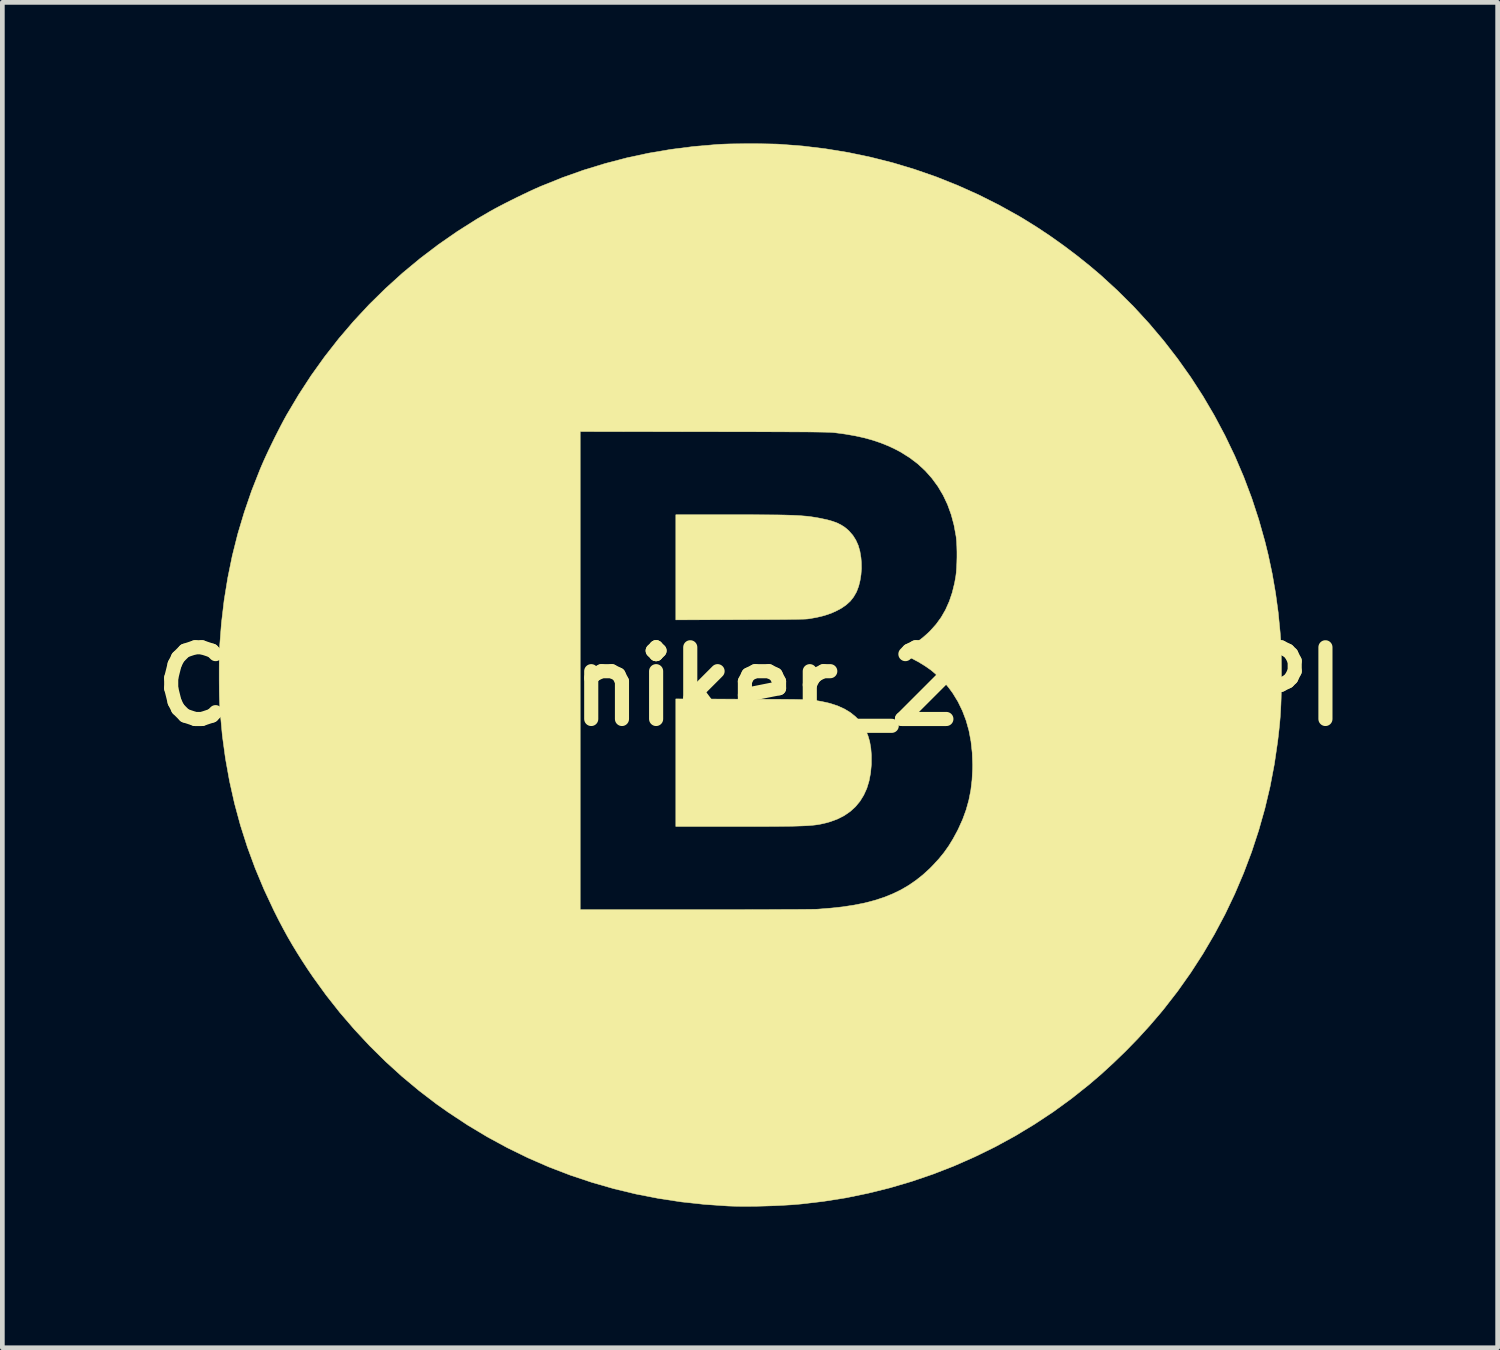
<source format=kicad_pcb>
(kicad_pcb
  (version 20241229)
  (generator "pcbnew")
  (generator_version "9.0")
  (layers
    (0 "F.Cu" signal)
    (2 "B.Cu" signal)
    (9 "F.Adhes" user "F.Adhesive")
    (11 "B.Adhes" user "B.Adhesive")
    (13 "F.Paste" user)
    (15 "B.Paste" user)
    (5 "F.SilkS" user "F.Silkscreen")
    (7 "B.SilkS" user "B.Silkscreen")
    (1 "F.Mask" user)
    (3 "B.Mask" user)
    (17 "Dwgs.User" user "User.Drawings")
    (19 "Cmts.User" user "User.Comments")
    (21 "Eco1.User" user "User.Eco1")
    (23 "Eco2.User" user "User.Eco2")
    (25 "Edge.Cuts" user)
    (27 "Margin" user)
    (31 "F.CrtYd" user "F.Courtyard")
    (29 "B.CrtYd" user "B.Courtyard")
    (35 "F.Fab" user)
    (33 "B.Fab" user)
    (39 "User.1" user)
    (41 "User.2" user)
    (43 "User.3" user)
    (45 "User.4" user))
  (footprint "CBP_Moniker_2400DPI"
    (layer "F.Cu")
    (at 12.889 11.54)
    (property "Reference" "CBP_Moniker_2400DPI" (at 0 0 0) (layer "F.SilkS") (effects (font (size 1.524 1.524) (thickness 0.3))))
    (attr through_hole)
    (fp_poly (pts (xy -0.415 -3.651) (xy -0.201 -3.651) (xy -0.007 -3.651) (xy 0.169 -3.65) (xy 0.328 -3.649) (xy 0.471 -3.648) (xy 0.599 -3.647) (xy 0.714 -3.645) (xy 0.817 -3.642) (xy 0.91 -3.639) (xy 0.994 -3.635) (xy 1.069 -3.631) (xy 1.138 -3.625) (xy 1.202 -3.62) (xy 1.262 -3.613) (xy 1.32 -3.605) (xy 1.376 -3.596) (xy 1.432 -3.587) (xy 1.49 -3.576) (xy 1.514 -3.571) (xy 1.644 -3.543) (xy 1.757 -3.511) (xy 1.854 -3.475) (xy 1.939 -3.432) (xy 2.015 -3.383) (xy 2.084 -3.325) (xy 2.107 -3.303) (xy 2.186 -3.212) (xy 2.249 -3.112) (xy 2.299 -3.001) (xy 2.335 -2.877) (xy 2.358 -2.737) (xy 2.366 -2.635) (xy 2.368 -2.506) (xy 2.358 -2.376) (xy 2.338 -2.25) (xy 2.309 -2.133) (xy 2.27 -2.029) (xy 2.26 -2.006) (xy 2.201 -1.904) (xy 2.13 -1.814) (xy 2.043 -1.735) (xy 1.94 -1.664) (xy 1.847 -1.614) (xy 1.747 -1.568) (xy 1.645 -1.53) (xy 1.537 -1.498) (xy 1.418 -1.47) (xy 1.284 -1.446) (xy 1.233 -1.438) (xy 1.212 -1.436) (xy 1.178 -1.434) (xy 1.13 -1.432) (xy 1.068 -1.431) (xy 0.99 -1.429) (xy 0.896 -1.428) (xy 0.785 -1.426) (xy 0.657 -1.425) (xy 0.512 -1.424) (xy 0.347 -1.423) (xy 0.163 -1.422) (xy -0.04 -1.422) (xy -0.214 -1.421) (xy -1.577 -1.417) (xy -1.577 -3.651) (xy -0.415 -3.651)) (stroke (width 0.01) (type solid)) (fill yes) (layer "F.SilkS"))
    (fp_poly (pts (xy -0.188 0.268) (xy 0.017 0.268) (xy 0.201 0.269) (xy 0.367 0.27) (xy 0.516 0.27) (xy 0.648 0.271) (xy 0.765 0.272) (xy 0.869 0.273) (xy 0.959 0.274) (xy 1.039 0.276) (xy 1.109 0.278) (xy 1.169 0.28) (xy 1.222 0.282) (xy 1.269 0.285) (xy 1.31 0.288) (xy 1.348 0.292) (xy 1.383 0.296) (xy 1.416 0.3) (xy 1.449 0.305) (xy 1.483 0.311) (xy 1.519 0.317) (xy 1.698 0.357) (xy 1.86 0.41) (xy 2.006 0.476) (xy 2.136 0.555) (xy 2.249 0.647) (xy 2.346 0.753) (xy 2.39 0.814) (xy 2.456 0.925) (xy 2.506 1.043) (xy 2.543 1.169) (xy 2.567 1.308) (xy 2.579 1.455) (xy 2.579 1.652) (xy 2.562 1.836) (xy 2.53 2.006) (xy 2.482 2.164) (xy 2.417 2.307) (xy 2.337 2.437) (xy 2.242 2.552) (xy 2.13 2.654) (xy 2.004 2.741) (xy 1.862 2.814) (xy 1.705 2.872) (xy 1.625 2.895) (xy 1.581 2.905) (xy 1.539 2.915) (xy 1.497 2.924) (xy 1.453 2.932) (xy 1.406 2.939) (xy 1.356 2.945) (xy 1.3 2.95) (xy 1.239 2.955) (xy 1.17 2.959) (xy 1.092 2.962) (xy 1.004 2.965) (xy 0.906 2.968) (xy 0.795 2.969) (xy 0.671 2.971) (xy 0.532 2.972) (xy 0.377 2.973) (xy 0.206 2.973) (xy 0.016 2.974) (xy -0.194 2.974) (xy -0.294 2.974) (xy -1.577 2.974) (xy -1.577 0.263) (xy -0.188 0.268)) (stroke (width 0.01) (type solid)) (fill yes) (layer "F.SilkS"))
    (fp_poly (pts (xy 0.145 -11.535) (xy 0.265 -11.534) (xy 0.378 -11.532) (xy 0.479 -11.53) (xy 0.566 -11.528) (xy 0.625 -11.525) (xy 1.118 -11.487) (xy 1.606 -11.428) (xy 2.089 -11.349) (xy 2.566 -11.249) (xy 3.037 -11.13) (xy 3.501 -10.99) (xy 3.959 -10.831) (xy 4.41 -10.651) (xy 4.854 -10.452) (xy 5.29 -10.233) (xy 5.718 -9.995) (xy 5.81 -9.94) (xy 6.093 -9.764) (xy 6.38 -9.573) (xy 6.667 -9.369) (xy 6.948 -9.157) (xy 7.219 -8.94) (xy 7.447 -8.747) (xy 7.806 -8.418) (xy 8.15 -8.076) (xy 8.478 -7.719) (xy 8.79 -7.35) (xy 9.085 -6.969) (xy 9.364 -6.576) (xy 9.626 -6.171) (xy 9.869 -5.757) (xy 10.095 -5.332) (xy 10.303 -4.898) (xy 10.492 -4.455) (xy 10.662 -4.004) (xy 10.812 -3.545) (xy 10.943 -3.08) (xy 11.012 -2.799) (xy 11.098 -2.393) (xy 11.168 -1.988) (xy 11.224 -1.578) (xy 11.265 -1.158) (xy 11.282 -0.926) (xy 11.284 -0.88) (xy 11.286 -0.816) (xy 11.288 -0.737) (xy 11.289 -0.645) (xy 11.291 -0.545) (xy 11.292 -0.439) (xy 11.292 -0.33) (xy 11.292 -0.249) (xy 11.292 -0.068) (xy 11.29 0.096) (xy 11.287 0.246) (xy 11.282 0.385) (xy 11.275 0.518) (xy 11.267 0.648) (xy 11.256 0.779) (xy 11.242 0.915) (xy 11.226 1.058) (xy 11.212 1.175) (xy 11.142 1.652) (xy 11.052 2.125) (xy 10.941 2.593) (xy 10.81 3.056) (xy 10.66 3.513) (xy 10.49 3.963) (xy 10.302 4.405) (xy 10.095 4.839) (xy 9.869 5.264) (xy 9.626 5.678) (xy 9.365 6.082) (xy 9.087 6.475) (xy 8.792 6.855) (xy 8.711 6.953) (xy 8.484 7.217) (xy 8.241 7.483) (xy 7.986 7.745) (xy 7.723 7.999) (xy 7.458 8.242) (xy 7.207 8.457) (xy 6.83 8.757) (xy 6.441 9.04) (xy 6.04 9.305) (xy 5.629 9.553) (xy 5.207 9.783) (xy 4.776 9.994) (xy 4.336 10.188) (xy 3.889 10.362) (xy 3.434 10.517) (xy 2.973 10.653) (xy 2.506 10.769) (xy 2.035 10.866) (xy 1.559 10.941) (xy 1.08 10.997) (xy 1.032 11.001) (xy 0.874 11.014) (xy 0.702 11.024) (xy 0.522 11.033) (xy 0.338 11.039) (xy 0.154 11.044) (xy -0.026 11.046) (xy -0.197 11.046) (xy -0.355 11.043) (xy -0.468 11.039) (xy -0.966 11.005) (xy -1.457 10.952) (xy -1.943 10.878) (xy -2.422 10.785) (xy -2.895 10.671) (xy -3.361 10.537) (xy -3.819 10.384) (xy -4.271 10.211) (xy -4.714 10.018) (xy -5.15 9.805) (xy -5.578 9.573) (xy -5.997 9.322) (xy -6.408 9.051) (xy -6.665 8.87) (xy -7.036 8.586) (xy -7.397 8.285) (xy -7.747 7.967) (xy -8.085 7.633) (xy -8.409 7.285) (xy -8.719 6.925) (xy -9.012 6.553) (xy -9.288 6.171) (xy -9.403 6.002) (xy -9.521 5.821) (xy -9.628 5.651) (xy -9.728 5.486) (xy -9.824 5.321) (xy -9.917 5.151) (xy -10.011 4.973) (xy -10.108 4.78) (xy -10.122 4.752) (xy -10.127 4.741) (xy -3.609 4.741) (xy -1.172 4.741) (xy -0.891 4.741) (xy -0.622 4.741) (xy -0.368 4.741) (xy -0.128 4.741) (xy 0.098 4.74) (xy 0.308 4.74) (xy 0.502 4.739) (xy 0.679 4.738) (xy 0.84 4.738) (xy 0.983 4.737) (xy 1.108 4.736) (xy 1.214 4.735) (xy 1.302 4.734) (xy 1.369 4.733) (xy 1.417 4.732) (xy 1.439 4.731) (xy 1.716 4.709) (xy 1.974 4.681) (xy 2.214 4.644) (xy 2.439 4.599) (xy 2.649 4.544) (xy 2.846 4.48) (xy 3.03 4.406) (xy 3.204 4.322) (xy 3.369 4.226) (xy 3.525 4.119) (xy 3.675 4) (xy 3.82 3.868) (xy 3.889 3.797) (xy 4.012 3.664) (xy 4.122 3.529) (xy 4.222 3.388) (xy 4.314 3.238) (xy 4.404 3.072) (xy 4.429 3.022) (xy 4.52 2.82) (xy 4.593 2.619) (xy 4.65 2.415) (xy 4.692 2.204) (xy 4.718 1.984) (xy 4.73 1.753) (xy 4.731 1.662) (xy 4.722 1.409) (xy 4.696 1.168) (xy 4.653 0.939) (xy 4.592 0.722) (xy 4.514 0.516) (xy 4.419 0.321) (xy 4.306 0.136) (xy 4.217 0.016) (xy 4.169 -0.042) (xy 4.108 -0.107) (xy 4.04 -0.176) (xy 3.968 -0.244) (xy 3.899 -0.305) (xy 3.837 -0.356) (xy 3.834 -0.358) (xy 3.716 -0.44) (xy 3.584 -0.521) (xy 3.444 -0.595) (xy 3.305 -0.66) (xy 3.262 -0.677) (xy 3.224 -0.693) (xy 3.194 -0.706) (xy 3.177 -0.714) (xy 3.175 -0.715) (xy 3.184 -0.721) (xy 3.207 -0.735) (xy 3.241 -0.755) (xy 3.273 -0.773) (xy 3.422 -0.861) (xy 3.553 -0.949) (xy 3.671 -1.039) (xy 3.78 -1.135) (xy 3.831 -1.185) (xy 3.955 -1.323) (xy 4.063 -1.472) (xy 4.156 -1.634) (xy 4.234 -1.809) (xy 4.298 -1.998) (xy 4.348 -2.202) (xy 4.373 -2.342) (xy 4.383 -2.424) (xy 4.39 -2.522) (xy 4.395 -2.632) (xy 4.398 -2.747) (xy 4.398 -2.863) (xy 4.395 -2.975) (xy 4.39 -3.078) (xy 4.382 -3.167) (xy 4.378 -3.196) (xy 4.335 -3.431) (xy 4.275 -3.655) (xy 4.198 -3.867) (xy 4.104 -4.066) (xy 3.993 -4.253) (xy 3.866 -4.426) (xy 3.723 -4.587) (xy 3.564 -4.734) (xy 3.389 -4.866) (xy 3.199 -4.985) (xy 3.101 -5.037) (xy 2.941 -5.113) (xy 2.777 -5.179) (xy 2.607 -5.236) (xy 2.428 -5.286) (xy 2.237 -5.328) (xy 2.032 -5.364) (xy 1.81 -5.394) (xy 1.792 -5.396) (xy 1.773 -5.398) (xy 1.751 -5.4) (xy 1.726 -5.401) (xy 1.697 -5.403) (xy 1.663 -5.404) (xy 1.624 -5.405) (xy 1.578 -5.406) (xy 1.524 -5.407) (xy 1.462 -5.408) (xy 1.391 -5.409) (xy 1.311 -5.41) (xy 1.22 -5.411) (xy 1.117 -5.411) (xy 1.002 -5.412) (xy 0.874 -5.412) (xy 0.732 -5.413) (xy 0.576 -5.413) (xy 0.403 -5.414) (xy 0.215 -5.414) (xy 0.009 -5.415) (xy -0.214 -5.415) (xy -0.457 -5.415) (xy -0.719 -5.416) (xy -0.976 -5.416) (xy -3.609 -5.419) (xy -3.609 4.741) (xy -10.127 4.741) (xy -10.329 4.31) (xy -10.516 3.862) (xy -10.683 3.408) (xy -10.83 2.947) (xy -10.956 2.481) (xy -11.062 2.007) (xy -11.148 1.528) (xy -11.214 1.042) (xy -11.259 0.55) (xy -11.271 0.371) (xy -11.274 0.299) (xy -11.277 0.209) (xy -11.279 0.105) (xy -11.28 -0.009) (xy -11.281 -0.13) (xy -11.281 -0.254) (xy -11.281 -0.378) (xy -11.28 -0.498) (xy -11.279 -0.61) (xy -11.276 -0.712) (xy -11.274 -0.799) (xy -11.271 -0.857) (xy -11.233 -1.348) (xy -11.176 -1.832) (xy -11.099 -2.308) (xy -11.003 -2.778) (xy -10.886 -3.244) (xy -10.748 -3.704) (xy -10.591 -4.162) (xy -10.412 -4.616) (xy -10.377 -4.699) (xy -10.334 -4.797) (xy -10.283 -4.909) (xy -10.226 -5.031) (xy -10.164 -5.159) (xy -10.1 -5.29) (xy -10.035 -5.418) (xy -9.972 -5.541) (xy -9.913 -5.653) (xy -9.859 -5.751) (xy -9.847 -5.773) (xy -9.595 -6.197) (xy -9.327 -6.609) (xy -9.042 -7.007) (xy -8.741 -7.392) (xy -8.425 -7.762) (xy -8.093 -8.119) (xy -7.746 -8.46) (xy -7.385 -8.787) (xy -7.01 -9.098) (xy -6.62 -9.394) (xy -6.218 -9.673) (xy -5.802 -9.936) (xy -5.519 -10.101) (xy -5.425 -10.153) (xy -5.316 -10.211) (xy -5.196 -10.273) (xy -5.069 -10.337) (xy -4.938 -10.402) (xy -4.809 -10.464) (xy -4.685 -10.523) (xy -4.57 -10.576) (xy -4.468 -10.621) (xy -4.445 -10.631) (xy -3.993 -10.813) (xy -3.539 -10.974) (xy -3.082 -11.114) (xy -2.621 -11.235) (xy -2.155 -11.335) (xy -1.683 -11.415) (xy -1.204 -11.476) (xy -0.717 -11.518) (xy -0.603 -11.525) (xy -0.531 -11.528) (xy -0.442 -11.531) (xy -0.338 -11.533) (xy -0.224 -11.534) (xy -0.103 -11.535) (xy 0.021 -11.535) (xy 0.145 -11.535)) (stroke (width 0.01) (type solid)) (fill yes) (layer "F.SilkS")))
  (gr_rect
    (start -3 -3)
    (end 28.777 25.591)
    (stroke (width 0.1) (type default))
    (fill no)
    (layer "Edge.Cuts")))
</source>
